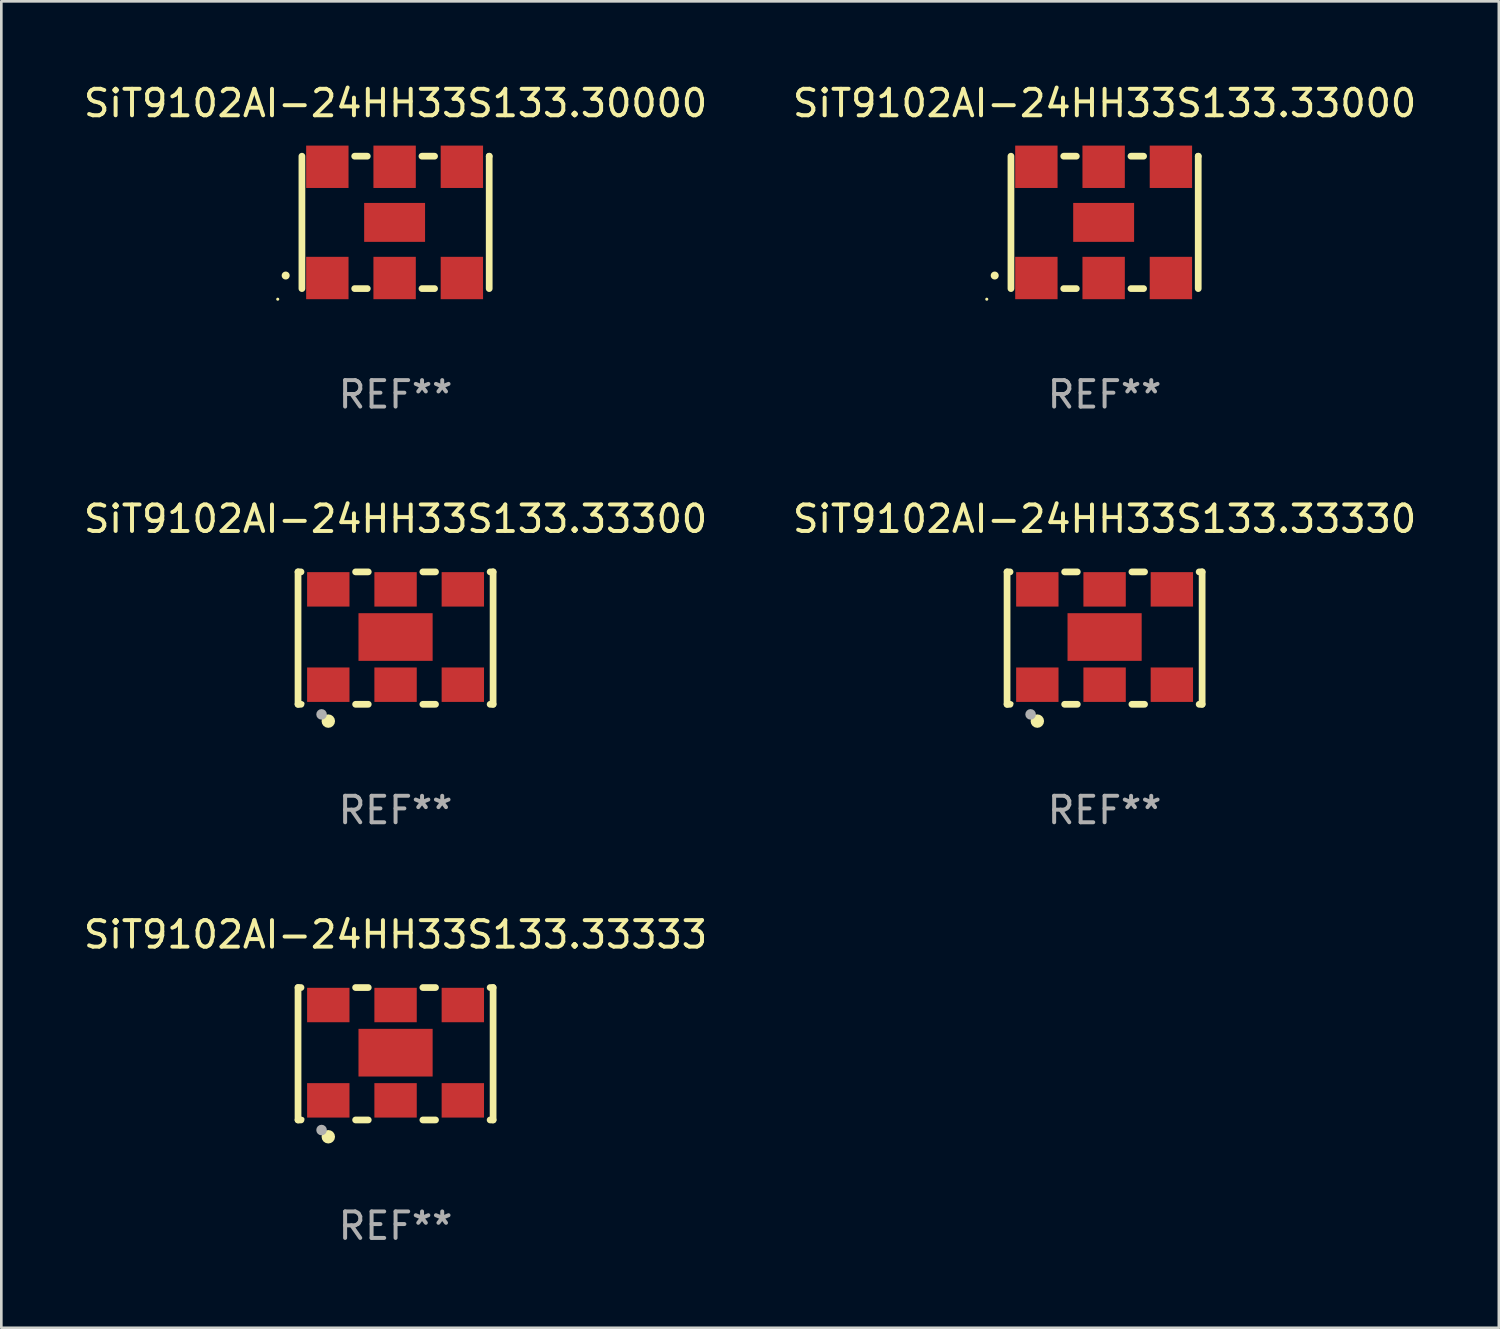
<source format=kicad_pcb>
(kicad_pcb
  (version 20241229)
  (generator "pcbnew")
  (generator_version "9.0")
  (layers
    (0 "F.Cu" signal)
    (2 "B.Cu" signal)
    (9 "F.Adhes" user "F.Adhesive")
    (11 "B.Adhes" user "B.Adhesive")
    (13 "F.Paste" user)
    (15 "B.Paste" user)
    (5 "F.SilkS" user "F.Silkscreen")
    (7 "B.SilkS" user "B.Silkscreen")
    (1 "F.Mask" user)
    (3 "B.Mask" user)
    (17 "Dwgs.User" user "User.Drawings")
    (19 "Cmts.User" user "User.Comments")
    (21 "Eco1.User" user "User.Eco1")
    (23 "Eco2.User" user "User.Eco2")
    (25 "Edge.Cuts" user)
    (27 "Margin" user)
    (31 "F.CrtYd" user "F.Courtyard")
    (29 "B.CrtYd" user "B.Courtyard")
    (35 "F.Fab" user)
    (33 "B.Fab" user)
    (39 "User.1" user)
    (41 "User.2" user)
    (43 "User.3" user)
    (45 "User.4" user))
  (footprint "SiT9102AI-24HH33S133.33333"
    (layer "F.Cu")
    (at 11.887 36.741)
    (property "Reference" "SiT9102AI-24HH33S133.33333" (at 0 -4.5 0) (layer "F.SilkS") (effects (font (size 1 1) (thickness 0.15))))
    (attr through_hole)
    (fp_line (start -3.683 -2.5) (end -3.571 -2.5) (stroke (width 0.254) (type solid)) (layer "F.SilkS"))
    (fp_line (start -3.683 2.5) (end -3.683 -2.5) (stroke (width 0.254) (type solid)) (layer "F.SilkS"))
    (fp_line (start -3.683 2.5) (end -3.571 2.5) (stroke (width 0.254) (type solid)) (layer "F.SilkS"))
    (fp_line (start -1.509 -2.5) (end -1.031 -2.5) (stroke (width 0.254) (type solid)) (layer "F.SilkS"))
    (fp_line (start -1.509 2.5) (end -1.031 2.5) (stroke (width 0.254) (type solid)) (layer "F.SilkS"))
    (fp_line (start 1.031 -2.5) (end 1.509 -2.5) (stroke (width 0.254) (type solid)) (layer "F.SilkS"))
    (fp_line (start 1.031 2.5) (end 1.509 2.5) (stroke (width 0.254) (type solid)) (layer "F.SilkS"))
    (fp_line (start 3.571 -2.5) (end 3.683 -2.5) (stroke (width 0.254) (type solid)) (layer "F.SilkS"))
    (fp_line (start 3.571 2.5) (end 3.683 2.5) (stroke (width 0.254) (type solid)) (layer "F.SilkS"))
    (fp_line (start 3.683 2.5) (end 3.683 -2.5) (stroke (width 0.254) (type solid)) (layer "F.SilkS"))
    (fp_circle (center -3.5 2.46) (end -3.47 2.46) (stroke (width 0.06) (type solid)) (fill no) (layer "F.SilkS"))
    (fp_circle (center -2.54 3.135) (end -2.413 3.135) (stroke (width 0.254) (type solid)) (fill no) (layer "F.SilkS"))
    (fp_circle (center -2.794 2.881) (end -2.694 2.881) (stroke (width 0.2) (type solid)) (fill no) (layer "F.Fab"))
    (fp_text user "REF**" (at 0 6.5 0) (layer "F.Fab") (effects (font (size 1 1) (thickness 0.15))))
    (pad "1" smd rect (at -2.54 1.76) (size 1.6 1.3) (layers "F.Cu" "F.Mask" "F.Paste"))
    (pad "2" smd rect (at 0 1.76) (size 1.6 1.3) (layers "F.Cu" "F.Mask" "F.Paste"))
    (pad "3" smd rect (at 2.54 1.76) (size 1.6 1.3) (layers "F.Cu" "F.Mask" "F.Paste"))
    (pad "4" smd rect (at 2.54 -1.84) (size 1.6 1.3) (layers "F.Cu" "F.Mask" "F.Paste"))
    (pad "5" smd rect (at 0 -1.84) (size 1.6 1.3) (layers "F.Cu" "F.Mask" "F.Paste"))
    (pad "6" smd rect (at -2.54 -1.84) (size 1.6 1.3) (layers "F.Cu" "F.Mask" "F.Paste"))
    (pad "7" smd rect (at 0 -0.04) (size 2.8 1.8) (layers "F.Cu" "F.Mask" "F.Paste")))
  (footprint "SiT9102AI-24HH33S133.30000"
    (layer "F.Cu")
    (at 11.887 5.348)
    (property "Reference" "SiT9102AI-24HH33S133.30000" (at 0 -4.5 0) (layer "F.SilkS") (effects (font (size 1 1) (thickness 0.15))))
    (attr through_hole)
    (fp_line (start -3.536 -2.5) (end -3.536 2.5) (stroke (width 0.254) (type solid)) (layer "F.SilkS"))
    (fp_line (start -1.544 2.5) (end -1.067 2.5) (stroke (width 0.254) (type solid)) (layer "F.SilkS"))
    (fp_line (start -1.067 -2.5) (end -1.544 -2.5) (stroke (width 0.254) (type solid)) (layer "F.SilkS"))
    (fp_line (start 0.996 2.5) (end 1.473 2.5) (stroke (width 0.254) (type solid)) (layer "F.SilkS"))
    (fp_line (start 1.473 -2.5) (end 0.996 -2.5) (stroke (width 0.254) (type solid)) (layer "F.SilkS"))
    (fp_line (start 3.536 -2.5) (end 3.536 -2.5) (stroke (width 0.254) (type solid)) (layer "F.SilkS"))
    (fp_line (start 3.536 2.5) (end 3.536 -2.5) (stroke (width 0.254) (type solid)) (layer "F.SilkS"))
    (fp_arc (start -4.150432 2.006604) (mid -4.149162 2.006599) (end -4.147892 2.006604) (stroke (width 0.3) (type solid)) (layer "F.SilkS"))
    (fp_circle (center -4.449 2.9) (end -4.419 2.9) (stroke (width 0.06) (type solid)) (fill no) (layer "F.SilkS"))
    (fp_text user "REF**" (at 0 6.5 0) (layer "F.Fab") (effects (font (size 1 1) (thickness 0.15))))
    (pad "1" smd rect (at -2.576 2.1) (size 1.6 1.6) (layers "F.Cu" "F.Mask" "F.Paste"))
    (pad "2" smd rect (at -0.036 2.1) (size 1.6 1.6) (layers "F.Cu" "F.Mask" "F.Paste"))
    (pad "3" smd rect (at 2.504 2.1) (size 1.6 1.6) (layers "F.Cu" "F.Mask" "F.Paste"))
    (pad "4" smd rect (at 2.504 -2.1) (size 1.6 1.6) (layers "F.Cu" "F.Mask" "F.Paste"))
    (pad "5" smd rect (at -0.036 -2.1) (size 1.6 1.6) (layers "F.Cu" "F.Mask" "F.Paste"))
    (pad "6" smd rect (at -2.576 -2.1) (size 1.6 1.6) (layers "F.Cu" "F.Mask" "F.Paste"))
    (pad "7" smd rect (at -0.036 0) (size 2.3 1.47) (layers "F.Cu" "F.Mask" "F.Paste")))
  (footprint "SiT9102AI-24HH33S133.33300"
    (layer "F.Cu")
    (at 11.887 21.045)
    (property "Reference" "SiT9102AI-24HH33S133.33300" (at 0 -4.5 0) (layer "F.SilkS") (effects (font (size 1 1) (thickness 0.15))))
    (attr through_hole)
    (fp_line (start -3.683 -2.5) (end -3.571 -2.5) (stroke (width 0.254) (type solid)) (layer "F.SilkS"))
    (fp_line (start -3.683 2.5) (end -3.683 -2.5) (stroke (width 0.254) (type solid)) (layer "F.SilkS"))
    (fp_line (start -3.683 2.5) (end -3.571 2.5) (stroke (width 0.254) (type solid)) (layer "F.SilkS"))
    (fp_line (start -1.509 -2.5) (end -1.031 -2.5) (stroke (width 0.254) (type solid)) (layer "F.SilkS"))
    (fp_line (start -1.509 2.5) (end -1.031 2.5) (stroke (width 0.254) (type solid)) (layer "F.SilkS"))
    (fp_line (start 1.031 -2.5) (end 1.509 -2.5) (stroke (width 0.254) (type solid)) (layer "F.SilkS"))
    (fp_line (start 1.031 2.5) (end 1.509 2.5) (stroke (width 0.254) (type solid)) (layer "F.SilkS"))
    (fp_line (start 3.571 -2.5) (end 3.683 -2.5) (stroke (width 0.254) (type solid)) (layer "F.SilkS"))
    (fp_line (start 3.571 2.5) (end 3.683 2.5) (stroke (width 0.254) (type solid)) (layer "F.SilkS"))
    (fp_line (start 3.683 2.5) (end 3.683 -2.5) (stroke (width 0.254) (type solid)) (layer "F.SilkS"))
    (fp_circle (center -3.5 2.46) (end -3.47 2.46) (stroke (width 0.06) (type solid)) (fill no) (layer "F.SilkS"))
    (fp_circle (center -2.54 3.135) (end -2.413 3.135) (stroke (width 0.254) (type solid)) (fill no) (layer "F.SilkS"))
    (fp_circle (center -2.794 2.881) (end -2.694 2.881) (stroke (width 0.2) (type solid)) (fill no) (layer "F.Fab"))
    (fp_text user "REF**" (at 0 6.5 0) (layer "F.Fab") (effects (font (size 1 1) (thickness 0.15))))
    (pad "1" smd rect (at -2.54 1.76) (size 1.6 1.3) (layers "F.Cu" "F.Mask" "F.Paste"))
    (pad "2" smd rect (at 0 1.76) (size 1.6 1.3) (layers "F.Cu" "F.Mask" "F.Paste"))
    (pad "3" smd rect (at 2.54 1.76) (size 1.6 1.3) (layers "F.Cu" "F.Mask" "F.Paste"))
    (pad "4" smd rect (at 2.54 -1.84) (size 1.6 1.3) (layers "F.Cu" "F.Mask" "F.Paste"))
    (pad "5" smd rect (at 0 -1.84) (size 1.6 1.3) (layers "F.Cu" "F.Mask" "F.Paste"))
    (pad "6" smd rect (at -2.54 -1.84) (size 1.6 1.3) (layers "F.Cu" "F.Mask" "F.Paste"))
    (pad "7" smd rect (at 0 -0.04) (size 2.8 1.8) (layers "F.Cu" "F.Mask" "F.Paste")))
  (footprint "SiT9102AI-24HH33S133.33000"
    (layer "F.Cu")
    (at 38.661 5.348)
    (property "Reference" "SiT9102AI-24HH33S133.33000" (at 0 -4.5 0) (layer "F.SilkS") (effects (font (size 1 1) (thickness 0.15))))
    (attr through_hole)
    (fp_line (start -3.536 -2.5) (end -3.536 2.5) (stroke (width 0.254) (type solid)) (layer "F.SilkS"))
    (fp_line (start -1.544 2.5) (end -1.067 2.5) (stroke (width 0.254) (type solid)) (layer "F.SilkS"))
    (fp_line (start -1.067 -2.5) (end -1.544 -2.5) (stroke (width 0.254) (type solid)) (layer "F.SilkS"))
    (fp_line (start 0.996 2.5) (end 1.473 2.5) (stroke (width 0.254) (type solid)) (layer "F.SilkS"))
    (fp_line (start 1.473 -2.5) (end 0.996 -2.5) (stroke (width 0.254) (type solid)) (layer "F.SilkS"))
    (fp_line (start 3.536 -2.5) (end 3.536 -2.5) (stroke (width 0.254) (type solid)) (layer "F.SilkS"))
    (fp_line (start 3.536 2.5) (end 3.536 -2.5) (stroke (width 0.254) (type solid)) (layer "F.SilkS"))
    (fp_arc (start -4.150432 2.006604) (mid -4.149162 2.006599) (end -4.147892 2.006604) (stroke (width 0.3) (type solid)) (layer "F.SilkS"))
    (fp_circle (center -4.449 2.9) (end -4.419 2.9) (stroke (width 0.06) (type solid)) (fill no) (layer "F.SilkS"))
    (fp_text user "REF**" (at 0 6.5 0) (layer "F.Fab") (effects (font (size 1 1) (thickness 0.15))))
    (pad "1" smd rect (at -2.576 2.1) (size 1.6 1.6) (layers "F.Cu" "F.Mask" "F.Paste"))
    (pad "2" smd rect (at -0.036 2.1) (size 1.6 1.6) (layers "F.Cu" "F.Mask" "F.Paste"))
    (pad "3" smd rect (at 2.504 2.1) (size 1.6 1.6) (layers "F.Cu" "F.Mask" "F.Paste"))
    (pad "4" smd rect (at 2.504 -2.1) (size 1.6 1.6) (layers "F.Cu" "F.Mask" "F.Paste"))
    (pad "5" smd rect (at -0.036 -2.1) (size 1.6 1.6) (layers "F.Cu" "F.Mask" "F.Paste"))
    (pad "6" smd rect (at -2.576 -2.1) (size 1.6 1.6) (layers "F.Cu" "F.Mask" "F.Paste"))
    (pad "7" smd rect (at -0.036 0) (size 2.3 1.47) (layers "F.Cu" "F.Mask" "F.Paste")))
  (footprint "SiT9102AI-24HH33S133.33330"
    (layer "F.Cu")
    (at 38.661 21.045)
    (property "Reference" "SiT9102AI-24HH33S133.33330" (at 0 -4.5 0) (layer "F.SilkS") (effects (font (size 1 1) (thickness 0.15))))
    (attr through_hole)
    (fp_line (start -3.683 -2.5) (end -3.571 -2.5) (stroke (width 0.254) (type solid)) (layer "F.SilkS"))
    (fp_line (start -3.683 2.5) (end -3.683 -2.5) (stroke (width 0.254) (type solid)) (layer "F.SilkS"))
    (fp_line (start -3.683 2.5) (end -3.571 2.5) (stroke (width 0.254) (type solid)) (layer "F.SilkS"))
    (fp_line (start -1.509 -2.5) (end -1.031 -2.5) (stroke (width 0.254) (type solid)) (layer "F.SilkS"))
    (fp_line (start -1.509 2.5) (end -1.031 2.5) (stroke (width 0.254) (type solid)) (layer "F.SilkS"))
    (fp_line (start 1.031 -2.5) (end 1.509 -2.5) (stroke (width 0.254) (type solid)) (layer "F.SilkS"))
    (fp_line (start 1.031 2.5) (end 1.509 2.5) (stroke (width 0.254) (type solid)) (layer "F.SilkS"))
    (fp_line (start 3.571 -2.5) (end 3.683 -2.5) (stroke (width 0.254) (type solid)) (layer "F.SilkS"))
    (fp_line (start 3.571 2.5) (end 3.683 2.5) (stroke (width 0.254) (type solid)) (layer "F.SilkS"))
    (fp_line (start 3.683 2.5) (end 3.683 -2.5) (stroke (width 0.254) (type solid)) (layer "F.SilkS"))
    (fp_circle (center -3.5 2.46) (end -3.47 2.46) (stroke (width 0.06) (type solid)) (fill no) (layer "F.SilkS"))
    (fp_circle (center -2.54 3.135) (end -2.413 3.135) (stroke (width 0.254) (type solid)) (fill no) (layer "F.SilkS"))
    (fp_circle (center -2.794 2.881) (end -2.694 2.881) (stroke (width 0.2) (type solid)) (fill no) (layer "F.Fab"))
    (fp_text user "REF**" (at 0 6.5 0) (layer "F.Fab") (effects (font (size 1 1) (thickness 0.15))))
    (pad "1" smd rect (at -2.54 1.76) (size 1.6 1.3) (layers "F.Cu" "F.Mask" "F.Paste"))
    (pad "2" smd rect (at 0 1.76) (size 1.6 1.3) (layers "F.Cu" "F.Mask" "F.Paste"))
    (pad "3" smd rect (at 2.54 1.76) (size 1.6 1.3) (layers "F.Cu" "F.Mask" "F.Paste"))
    (pad "4" smd rect (at 2.54 -1.84) (size 1.6 1.3) (layers "F.Cu" "F.Mask" "F.Paste"))
    (pad "5" smd rect (at 0 -1.84) (size 1.6 1.3) (layers "F.Cu" "F.Mask" "F.Paste"))
    (pad "6" smd rect (at -2.54 -1.84) (size 1.6 1.3) (layers "F.Cu" "F.Mask" "F.Paste"))
    (pad "7" smd rect (at 0 -0.04) (size 2.8 1.8) (layers "F.Cu" "F.Mask" "F.Paste")))
  (gr_rect
    (start -3 -3)
    (end 53.548 47.09)
    (stroke (width 0.1) (type default))
    (fill no)
    (layer "Edge.Cuts")))
</source>
